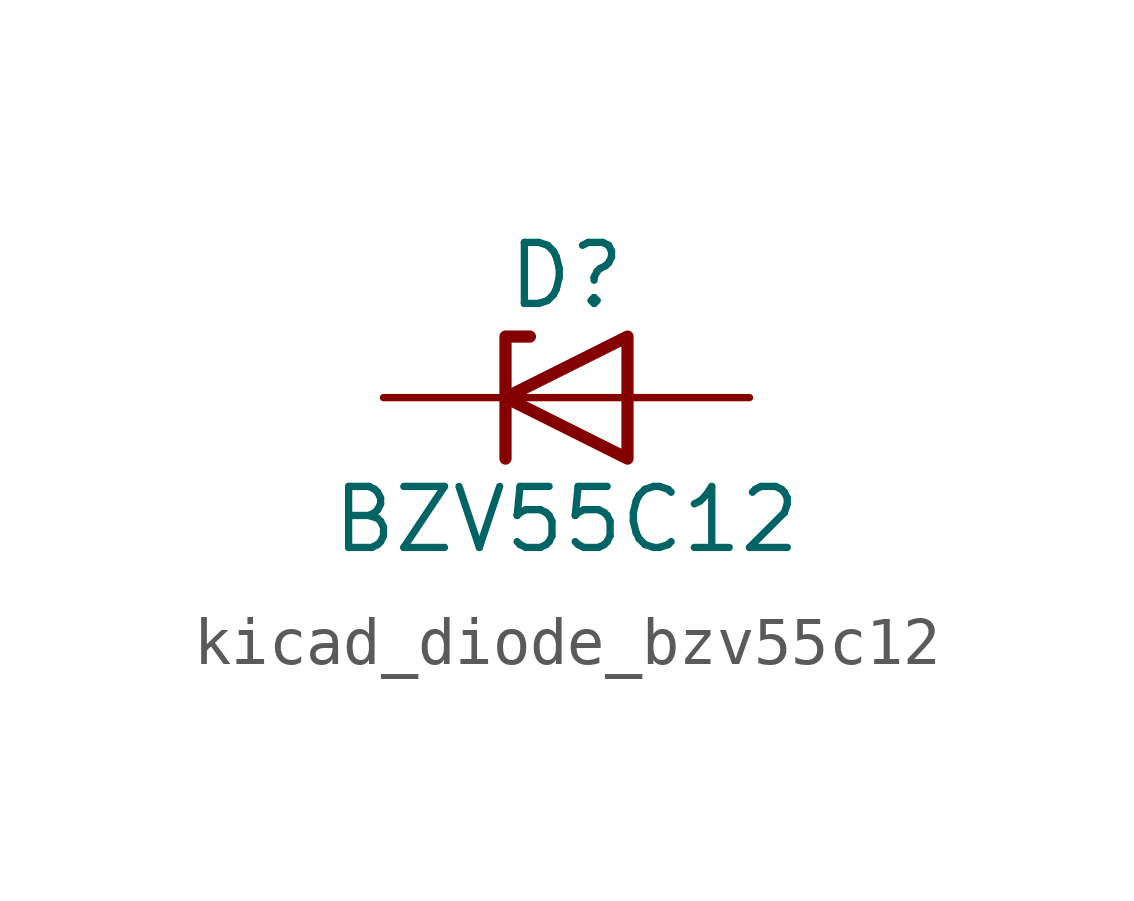
<source format=kicad_sym>
(kicad_symbol_lib
  (version 20220914)
  (generator kicad_symbol_editor)
  (symbol "kicad_diode_bzv55c12"
    (pin_numbers hide)
    (pin_names hide)
    (property "Reference" "D"
      (at 0 2.54 0)
      (effects (font (size 1.27 1.27))))
    (property "Value" "BZV55C12"
      (at 0 -2.54 0)
      (effects (font (size 1.27 1.27))))
    (symbol "kicad_diode_bzv55c12_0_1"
      (polyline (pts (xy 1.27 0) (xy -1.27 0)) (stroke (width 0) (type default)) (fill (type none)))
      (polyline (pts (xy -1.27 -1.27) (xy -1.27 1.27) (xy -0.762 1.27)) (stroke (width 0.254) (type default)) (fill (type none)))
      (polyline (pts (xy 1.27 -1.27) (xy 1.27 1.27) (xy -1.27 0) (xy 1.27 -1.27)) (stroke (width 0.254) (type default)) (fill (type none))))
    (symbol "kicad_diode_bzv55c12_1_1"
      (pin passive line (at -3.81 0 0) (length 2.54) (name "K" (effects (font (size 1.27 1.27)))) (number "1" (effects (font (size 1.27 1.27)))))
      (pin passive line (at 3.81 0 180) (length 2.54) (name "A" (effects (font (size 1.27 1.27)))) (number "2" (effects (font (size 1.27 1.27))))))))
</source>
